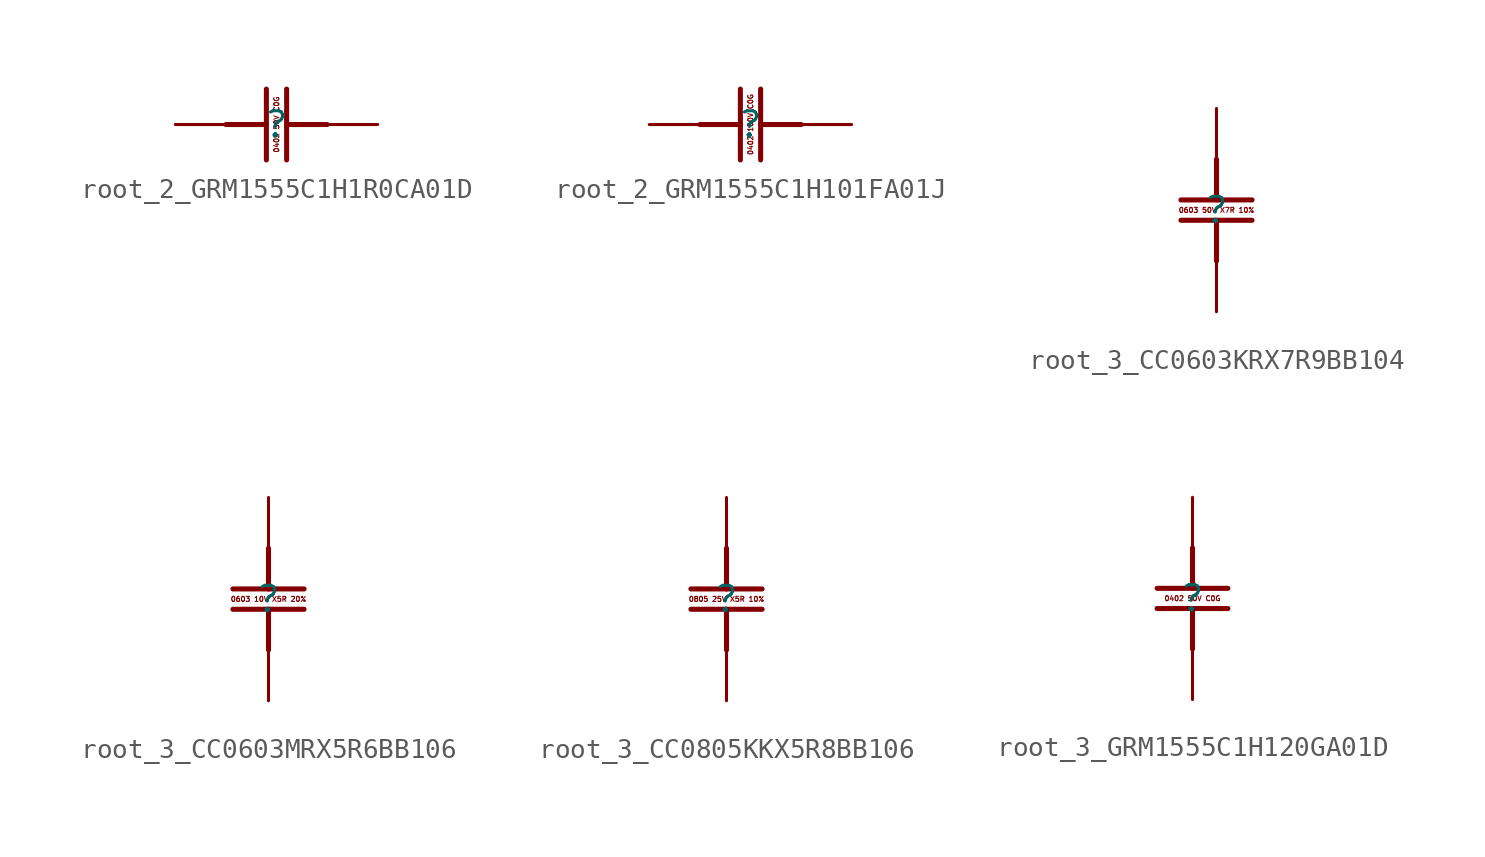
<source format=kicad_sym>
(kicad_symbol_lib
  (version 20231120)
  (generator "kicad_symbol_editor")
  (generator_version "8.0")
  (symbol "root_2_GRM1555C1H1R0CA01D"
    (property "Reference" ""
      (at 0 0 0)
      (effects (font (size 1.27 1.27))))
    (property "Value" ""
      (at 0 0 0)
      (effects (font (size 1.27 1.27))))
    (symbol "root_2_GRM1555C1H1R0CA01D_1_0"
      (polyline (pts (xy -0.508 0) (xy -2.54 0)) (stroke (width 0.254) (type solid)) (fill (type none)))
      (polyline (pts (xy -0.508 1.778) (xy -0.508 -1.778)) (stroke (width 0.254) (type solid)) (fill (type none)))
      (polyline (pts (xy 0.508 -1.778) (xy 0.508 1.778)) (stroke (width 0.254) (type solid)) (fill (type none)))
      (polyline (pts (xy 2.54 0) (xy 0.508 0)) (stroke (width 0.254) (type solid)) (fill (type none)))
      (text "0402 50V C0G" (at 0 0 900) (effects (font (size 0.254 0.254) (thickness 0.051) (bold yes))))
      (pin passive line (at 5.08 0 180) (length 2.54) (name "1" (effects (font (size 0 0)))) (number "1" (effects (font (size 0 0)))))
      (pin passive line (at -5.08 0 0) (length 2.54) (name "2" (effects (font (size 0 0)))) (number "2" (effects (font (size 0 0)))))))
  (symbol "root_2_GRM1555C1H101FA01J"
    (property "Reference" ""
      (at 0 0 0)
      (effects (font (size 1.27 1.27))))
    (property "Value" ""
      (at 0 0 0)
      (effects (font (size 1.27 1.27))))
    (symbol "root_2_GRM1555C1H101FA01J_1_0"
      (polyline (pts (xy -0.508 0) (xy -2.54 0)) (stroke (width 0.254) (type solid)) (fill (type none)))
      (polyline (pts (xy -0.508 1.778) (xy -0.508 -1.778)) (stroke (width 0.254) (type solid)) (fill (type none)))
      (polyline (pts (xy 0.508 -1.778) (xy 0.508 1.778)) (stroke (width 0.254) (type solid)) (fill (type none)))
      (polyline (pts (xy 2.54 0) (xy 0.508 0)) (stroke (width 0.254) (type solid)) (fill (type none)))
      (text "0402 100V C0G" (at 0 0 900) (effects (font (size 0.254 0.254) (thickness 0.051) (bold yes))))
      (pin passive line (at 5.08 0 180) (length 2.54) (name "1" (effects (font (size 0 0)))) (number "1" (effects (font (size 0 0)))))
      (pin passive line (at -5.08 0 0) (length 2.54) (name "2" (effects (font (size 0 0)))) (number "2" (effects (font (size 0 0)))))))
  (symbol "root_3_CC0603KRX7R9BB104"
    (property "Reference" ""
      (at 0 0 0)
      (effects (font (size 1.27 1.27))))
    (property "Value" ""
      (at 0 0 0)
      (effects (font (size 1.27 1.27))))
    (symbol "root_3_CC0603KRX7R9BB104_1_0"
      (polyline (pts (xy -1.778 -0.508) (xy 1.778 -0.508)) (stroke (width 0.254) (type solid)) (fill (type none)))
      (polyline (pts (xy 0 -0.508) (xy 0 -2.54)) (stroke (width 0.254) (type solid)) (fill (type none)))
      (polyline (pts (xy 0 2.54) (xy 0 0.508)) (stroke (width 0.254) (type solid)) (fill (type none)))
      (polyline (pts (xy 1.778 0.508) (xy -1.778 0.508)) (stroke (width 0.254) (type solid)) (fill (type none)))
      (text "0603 50V X7R 10%" (at 0 0 0) (effects (font (size 0.254 0.254) (thickness 0.051) (bold yes))))
      (pin passive line (at 0 5.08 270) (length 2.54) (name "1" (effects (font (size 0 0)))) (number "1" (effects (font (size 0 0)))))
      (pin passive line (at 0 -5.08 90) (length 2.54) (name "2" (effects (font (size 0 0)))) (number "2" (effects (font (size 0 0)))))))
  (symbol "root_3_CC0603MRX5R6BB106"
    (property "Reference" ""
      (at 0 0 0)
      (effects (font (size 1.27 1.27))))
    (property "Value" ""
      (at 0 0 0)
      (effects (font (size 1.27 1.27))))
    (symbol "root_3_CC0603MRX5R6BB106_1_0"
      (polyline (pts (xy -1.778 -0.508) (xy 1.778 -0.508)) (stroke (width 0.254) (type solid)) (fill (type none)))
      (polyline (pts (xy 0 -0.508) (xy 0 -2.54)) (stroke (width 0.254) (type solid)) (fill (type none)))
      (polyline (pts (xy 0 2.54) (xy 0 0.508)) (stroke (width 0.254) (type solid)) (fill (type none)))
      (polyline (pts (xy 1.778 0.508) (xy -1.778 0.508)) (stroke (width 0.254) (type solid)) (fill (type none)))
      (text "0603 10V X5R 20%" (at 0 0 0) (effects (font (size 0.254 0.254) (thickness 0.051) (bold yes))))
      (pin passive line (at 0 5.08 270) (length 2.54) (name "1" (effects (font (size 0 0)))) (number "1" (effects (font (size 0 0)))))
      (pin passive line (at 0 -5.08 90) (length 2.54) (name "2" (effects (font (size 0 0)))) (number "2" (effects (font (size 0 0)))))))
  (symbol "root_3_CC0805KKX5R8BB106"
    (property "Reference" ""
      (at 0 0 0)
      (effects (font (size 1.27 1.27))))
    (property "Value" ""
      (at 0 0 0)
      (effects (font (size 1.27 1.27))))
    (symbol "root_3_CC0805KKX5R8BB106_1_0"
      (polyline (pts (xy -1.778 -0.508) (xy 1.778 -0.508)) (stroke (width 0.254) (type solid)) (fill (type none)))
      (polyline (pts (xy 0 -0.508) (xy 0 -2.54)) (stroke (width 0.254) (type solid)) (fill (type none)))
      (polyline (pts (xy 0 2.54) (xy 0 0.508)) (stroke (width 0.254) (type solid)) (fill (type none)))
      (polyline (pts (xy 1.778 0.508) (xy -1.778 0.508)) (stroke (width 0.254) (type solid)) (fill (type none)))
      (text "0805 25V X5R 10%" (at 0 0 0) (effects (font (size 0.254 0.254) (thickness 0.051) (bold yes))))
      (pin passive line (at 0 5.08 270) (length 2.54) (name "1" (effects (font (size 0 0)))) (number "1" (effects (font (size 0 0)))))
      (pin passive line (at 0 -5.08 90) (length 2.54) (name "2" (effects (font (size 0 0)))) (number "2" (effects (font (size 0 0)))))))
  (symbol "root_3_GRM1555C1H120GA01D"
    (property "Reference" ""
      (at 0 0 0)
      (effects (font (size 1.27 1.27))))
    (property "Value" ""
      (at 0 0 0)
      (effects (font (size 1.27 1.27))))
    (symbol "root_3_GRM1555C1H120GA01D_1_0"
      (polyline (pts (xy -1.778 -0.508) (xy 1.778 -0.508)) (stroke (width 0.254) (type solid)) (fill (type none)))
      (polyline (pts (xy 0 -0.508) (xy 0 -2.54)) (stroke (width 0.254) (type solid)) (fill (type none)))
      (polyline (pts (xy 0 2.54) (xy 0 0.508)) (stroke (width 0.254) (type solid)) (fill (type none)))
      (polyline (pts (xy 1.778 0.508) (xy -1.778 0.508)) (stroke (width 0.254) (type solid)) (fill (type none)))
      (text "0402 50V C0G" (at 0 0 0) (effects (font (size 0.254 0.254) (thickness 0.051) (bold yes))))
      (pin passive line (at 0 5.08 270) (length 2.54) (name "1" (effects (font (size 0 0)))) (number "1" (effects (font (size 0 0)))))
      (pin passive line (at 0 -5.08 90) (length 2.54) (name "2" (effects (font (size 0 0)))) (number "2" (effects (font (size 0 0))))))))
</source>
